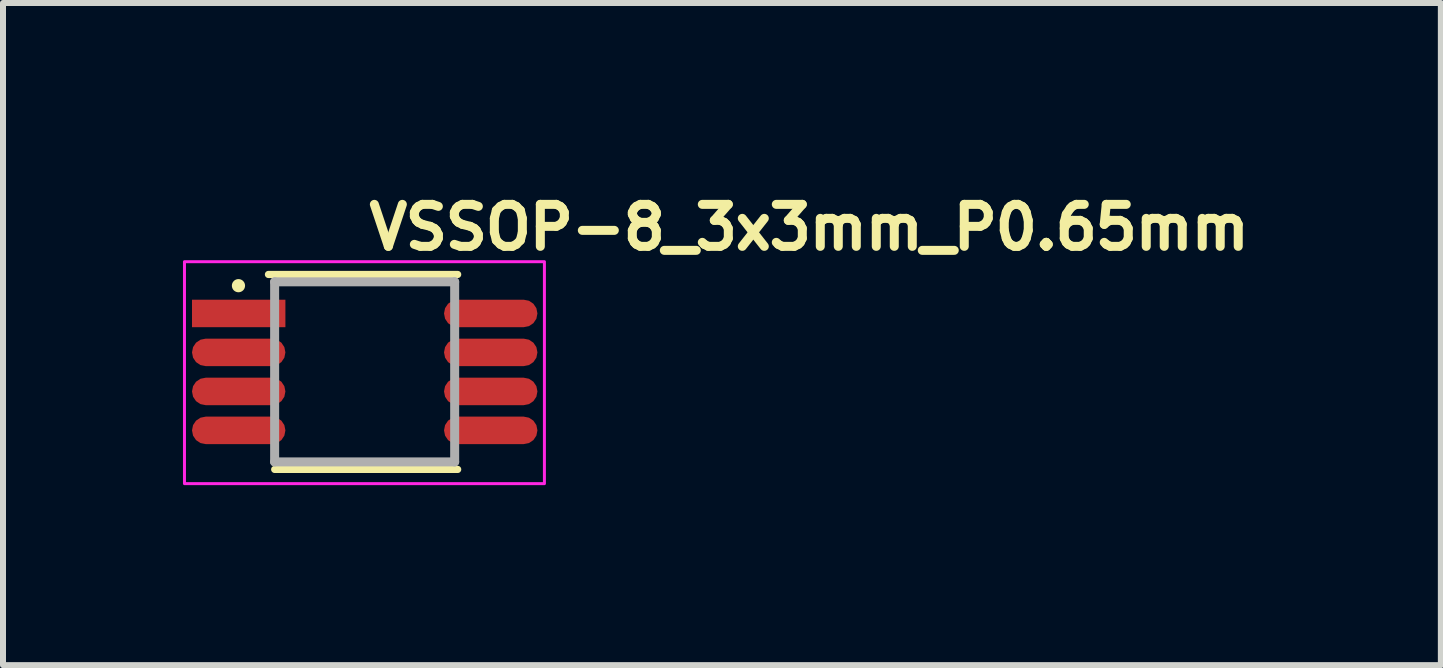
<source format=kicad_pcb>
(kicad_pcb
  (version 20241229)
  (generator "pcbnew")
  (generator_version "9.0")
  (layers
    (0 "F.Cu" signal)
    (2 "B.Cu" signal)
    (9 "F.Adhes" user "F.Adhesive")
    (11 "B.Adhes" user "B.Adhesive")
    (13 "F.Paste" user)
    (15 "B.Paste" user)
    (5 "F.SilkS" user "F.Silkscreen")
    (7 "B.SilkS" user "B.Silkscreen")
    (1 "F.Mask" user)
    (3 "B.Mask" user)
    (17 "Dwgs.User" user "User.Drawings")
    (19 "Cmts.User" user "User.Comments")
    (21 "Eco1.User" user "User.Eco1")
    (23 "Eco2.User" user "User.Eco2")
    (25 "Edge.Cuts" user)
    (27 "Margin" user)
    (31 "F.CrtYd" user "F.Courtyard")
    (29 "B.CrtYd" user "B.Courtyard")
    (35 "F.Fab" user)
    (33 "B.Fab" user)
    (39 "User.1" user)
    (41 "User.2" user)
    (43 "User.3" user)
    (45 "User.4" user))
  (footprint "VSSOP-8_3x3mm_P0.65mm"
    (layer "F.Cu")
    (at 3.025 3.15)
    (property "Reference" "VSSOP-8_3x3mm_P0.65mm" (at 0 -2 0) (layer "F.SilkS") (effects (font (size 0.7 0.7) (thickness 0.15)) (justify left bottom)))
    (attr smd)
    (fp_line (start -1.6 -1.625) (end 1.554 -1.625) (stroke (width 0.12) (type solid)) (layer "F.SilkS"))
    (fp_line (start -1.496 1.625) (end 1.554 1.625) (stroke (width 0.12) (type solid)) (layer "F.SilkS"))
    (fp_circle (center -2.1 -1.438) (end -2.05 -1.438) (stroke (width 0.12) (type solid)) (fill yes) (layer "F.SilkS"))
    (fp_rect (start -3 -1.838) (end 3 1.862) (stroke (width 0.05) (type solid)) (fill no) (layer "F.CrtYd"))
    (fp_line (start -1.497 -1.502) (end 1.504 -1.502) (stroke (width 0.15) (type solid)) (layer "F.Fab"))
    (fp_line (start -1.497 1.5) (end -1.497 -1.502) (stroke (width 0.15) (type solid)) (layer "F.Fab"))
    (fp_line (start 1.504 -1.502) (end 1.504 1.5) (stroke (width 0.15) (type solid)) (layer "F.Fab"))
    (fp_line (start 1.504 1.5) (end -1.497 1.5) (stroke (width 0.15) (type solid)) (layer "F.Fab"))
    (fp_rect (start -2.448 -1.5) (end 2.455 1.497) (stroke (width 0.1) (type solid)) (fill no) (layer "User.5"))
    (fp_line (start -2.448 -1.128) (end -2.448 -0.824) (stroke (width 0.02) (type solid)) (layer "User.9"))
    (fp_line (start -2.448 -0.479) (end -2.448 -0.173) (stroke (width 0.02) (type solid)) (layer "User.9"))
    (fp_line (start -2.448 0.171) (end -2.448 0.476) (stroke (width 0.02) (type solid)) (layer "User.9"))
    (fp_line (start -2.448 0.821) (end -2.448 1.126) (stroke (width 0.02) (type solid)) (layer "User.9"))
    (fp_line (start -2.216 -1.128) (end -2.448 -1.128) (stroke (width 0.02) (type solid)) (layer "User.9"))
    (fp_line (start -2.216 -1.128) (end -2.088 -1.128) (stroke (width 0.02) (type solid)) (layer "User.9"))
    (fp_line (start -2.216 -0.824) (end -2.448 -0.824) (stroke (width 0.02) (type solid)) (layer "User.9"))
    (fp_line (start -2.216 -0.824) (end -2.088 -0.824) (stroke (width 0.02) (type solid)) (layer "User.9"))
    (fp_line (start -2.216 -0.479) (end -2.448 -0.479) (stroke (width 0.02) (type solid)) (layer "User.9"))
    (fp_line (start -2.216 -0.479) (end -2.088 -0.479) (stroke (width 0.02) (type solid)) (layer "User.9"))
    (fp_line (start -2.216 -0.173) (end -2.448 -0.173) (stroke (width 0.02) (type solid)) (layer "User.9"))
    (fp_line (start -2.216 -0.173) (end -2.088 -0.173) (stroke (width 0.02) (type solid)) (layer "User.9"))
    (fp_line (start -2.216 0.171) (end -2.448 0.171) (stroke (width 0.02) (type solid)) (layer "User.9"))
    (fp_line (start -2.216 0.171) (end -2.088 0.171) (stroke (width 0.02) (type solid)) (layer "User.9"))
    (fp_line (start -2.216 0.476) (end -2.448 0.476) (stroke (width 0.02) (type solid)) (layer "User.9"))
    (fp_line (start -2.216 0.476) (end -2.088 0.476) (stroke (width 0.02) (type solid)) (layer "User.9"))
    (fp_line (start -2.216 0.821) (end -2.448 0.821) (stroke (width 0.02) (type solid)) (layer "User.9"))
    (fp_line (start -2.216 0.821) (end -2.088 0.821) (stroke (width 0.02) (type solid)) (layer "User.9"))
    (fp_line (start -2.216 1.126) (end -2.448 1.126) (stroke (width 0.02) (type solid)) (layer "User.9"))
    (fp_line (start -2.216 1.126) (end -2.088 1.126) (stroke (width 0.02) (type solid)) (layer "User.9"))
    (fp_line (start -2.088 -1.128) (end -2.084 -1.128) (stroke (width 0.02) (type solid)) (layer "User.9"))
    (fp_line (start -2.088 -0.479) (end -2.084 -0.479) (stroke (width 0.02) (type solid)) (layer "User.9"))
    (fp_line (start -2.088 0.171) (end -2.084 0.171) (stroke (width 0.02) (type solid)) (layer "User.9"))
    (fp_line (start -2.088 0.821) (end -2.084 0.821) (stroke (width 0.02) (type solid)) (layer "User.9"))
    (fp_line (start -2.084 -1.128) (end -1.781 -1.128) (stroke (width 0.02) (type solid)) (layer "User.9"))
    (fp_line (start -2.084 -0.824) (end -2.088 -0.824) (stroke (width 0.02) (type solid)) (layer "User.9"))
    (fp_line (start -2.084 -0.824) (end -1.781 -0.824) (stroke (width 0.02) (type solid)) (layer "User.9"))
    (fp_line (start -2.084 -0.479) (end -1.781 -0.479) (stroke (width 0.02) (type solid)) (layer "User.9"))
    (fp_line (start -2.084 -0.173) (end -2.088 -0.173) (stroke (width 0.02) (type solid)) (layer "User.9"))
    (fp_line (start -2.084 -0.173) (end -1.781 -0.173) (stroke (width 0.02) (type solid)) (layer "User.9"))
    (fp_line (start -2.084 0.171) (end -1.781 0.171) (stroke (width 0.02) (type solid)) (layer "User.9"))
    (fp_line (start -2.084 0.476) (end -2.088 0.476) (stroke (width 0.02) (type solid)) (layer "User.9"))
    (fp_line (start -2.084 0.476) (end -1.781 0.476) (stroke (width 0.02) (type solid)) (layer "User.9"))
    (fp_line (start -2.084 0.821) (end -1.781 0.821) (stroke (width 0.02) (type solid)) (layer "User.9"))
    (fp_line (start -2.084 1.126) (end -2.088 1.126) (stroke (width 0.02) (type solid)) (layer "User.9"))
    (fp_line (start -2.084 1.126) (end -1.781 1.126) (stroke (width 0.02) (type solid)) (layer "User.9"))
    (fp_line (start -1.495 -1.472) (end -1.495 -1.401) (stroke (width 0.02) (type solid)) (layer "User.9"))
    (fp_line (start -1.495 -1.472) (end -1.494 -1.474) (stroke (width 0.02) (type solid)) (layer "User.9"))
    (fp_line (start -1.495 -1.401) (end -1.495 1.399) (stroke (width 0.02) (type solid)) (layer "User.9"))
    (fp_line (start -1.495 -1.128) (end -1.781 -1.128) (stroke (width 0.02) (type solid)) (layer "User.9"))
    (fp_line (start -1.495 -0.824) (end -1.781 -0.824) (stroke (width 0.02) (type solid)) (layer "User.9"))
    (fp_line (start -1.495 -0.479) (end -1.781 -0.479) (stroke (width 0.02) (type solid)) (layer "User.9"))
    (fp_line (start -1.495 -0.173) (end -1.781 -0.173) (stroke (width 0.02) (type solid)) (layer "User.9"))
    (fp_line (start -1.495 0.171) (end -1.781 0.171) (stroke (width 0.02) (type solid)) (layer "User.9"))
    (fp_line (start -1.495 0.476) (end -1.781 0.476) (stroke (width 0.02) (type solid)) (layer "User.9"))
    (fp_line (start -1.495 0.821) (end -1.781 0.821) (stroke (width 0.02) (type solid)) (layer "User.9"))
    (fp_line (start -1.495 1.126) (end -1.781 1.126) (stroke (width 0.02) (type solid)) (layer "User.9"))
    (fp_line (start -1.495 1.399) (end -1.495 1.471) (stroke (width 0.02) (type solid)) (layer "User.9"))
    (fp_line (start -1.494 -1.474) (end -1.492 -1.476) (stroke (width 0.02) (type solid)) (layer "User.9"))
    (fp_line (start -1.494 1.472) (end -1.495 1.471) (stroke (width 0.02) (type solid)) (layer "User.9"))
    (fp_line (start -1.492 -1.476) (end -1.491 -1.478) (stroke (width 0.02) (type solid)) (layer "User.9"))
    (fp_line (start -1.492 1.475) (end -1.494 1.472) (stroke (width 0.02) (type solid)) (layer "User.9"))
    (fp_line (start -1.491 -1.478) (end -1.489 -1.48) (stroke (width 0.02) (type solid)) (layer "User.9"))
    (fp_line (start -1.491 1.476) (end -1.492 1.475) (stroke (width 0.02) (type solid)) (layer "User.9"))
    (fp_line (start -1.489 -1.48) (end -1.488 -1.481) (stroke (width 0.02) (type solid)) (layer "User.9"))
    (fp_line (start -1.489 1.479) (end -1.491 1.476) (stroke (width 0.02) (type solid)) (layer "User.9"))
    (fp_line (start -1.488 -1.481) (end -1.486 -1.483) (stroke (width 0.02) (type solid)) (layer "User.9"))
    (fp_line (start -1.488 1.48) (end -1.489 1.479) (stroke (width 0.02) (type solid)) (layer "User.9"))
    (fp_line (start -1.486 -1.483) (end -1.485 -1.485) (stroke (width 0.02) (type solid)) (layer "User.9"))
    (fp_line (start -1.486 1.481) (end -1.488 1.48) (stroke (width 0.02) (type solid)) (layer "User.9"))
    (fp_line (start -1.485 -1.485) (end -1.483 -1.487) (stroke (width 0.02) (type solid)) (layer "User.9"))
    (fp_line (start -1.485 1.484) (end -1.486 1.481) (stroke (width 0.02) (type solid)) (layer "User.9"))
    (fp_line (start -1.483 -1.487) (end -1.481 -1.489) (stroke (width 0.02) (type solid)) (layer "User.9"))
    (fp_line (start -1.483 1.485) (end -1.485 1.484) (stroke (width 0.02) (type solid)) (layer "User.9"))
    (fp_line (start -1.481 -1.489) (end -1.479 -1.491) (stroke (width 0.02) (type solid)) (layer "User.9"))
    (fp_line (start -1.481 1.487) (end -1.483 1.485) (stroke (width 0.02) (type solid)) (layer "User.9"))
    (fp_line (start -1.479 -1.491) (end -1.478 -1.493) (stroke (width 0.02) (type solid)) (layer "User.9"))
    (fp_line (start -1.479 1.488) (end -1.481 1.487) (stroke (width 0.02) (type solid)) (layer "User.9"))
    (fp_line (start -1.478 -1.493) (end -1.476 -1.494) (stroke (width 0.02) (type solid)) (layer "User.9"))
    (fp_line (start -1.478 1.491) (end -1.479 1.488) (stroke (width 0.02) (type solid)) (layer "User.9"))
    (fp_line (start -1.476 -1.494) (end -1.474 -1.496) (stroke (width 0.02) (type solid)) (layer "User.9"))
    (fp_line (start -1.476 1.492) (end -1.478 1.491) (stroke (width 0.02) (type solid)) (layer "User.9"))
    (fp_line (start -1.474 -1.496) (end -1.472 -1.497) (stroke (width 0.02) (type solid)) (layer "User.9"))
    (fp_line (start -1.474 1.493) (end -1.476 1.492) (stroke (width 0.02) (type solid)) (layer "User.9"))
    (fp_line (start -1.472 -1.497) (end -1.47 -1.499) (stroke (width 0.02) (type solid)) (layer "User.9"))
    (fp_line (start -1.472 1.495) (end -1.474 1.493) (stroke (width 0.02) (type solid)) (layer "User.9"))
    (fp_line (start -1.47 -1.499) (end -1.468 -1.5) (stroke (width 0.02) (type solid)) (layer "User.9"))
    (fp_line (start -1.47 1.496) (end -1.472 1.495) (stroke (width 0.02) (type solid)) (layer "User.9"))
    (fp_line (start -1.468 1.497) (end -1.47 1.496) (stroke (width 0.02) (type solid)) (layer "User.9"))
    (fp_line (start -1.468 1.497) (end -1.396 1.497) (stroke (width 0.02) (type solid)) (layer "User.9"))
    (fp_line (start -1.426 -1.337) (end -1.426 -1.332) (stroke (width 0.02) (type solid)) (layer "User.9"))
    (fp_line (start -1.426 1.331) (end -1.426 1.335) (stroke (width 0.02) (type solid)) (layer "User.9"))
    (fp_line (start -1.426 1.335) (end -1.425 1.34) (stroke (width 0.02) (type solid)) (layer "User.9"))
    (fp_line (start -1.425 -1.342) (end -1.426 -1.337) (stroke (width 0.02) (type solid)) (layer "User.9"))
    (fp_line (start -1.425 1.34) (end -1.424 1.346) (stroke (width 0.02) (type solid)) (layer "User.9"))
    (fp_line (start -1.424 -1.347) (end -1.425 -1.342) (stroke (width 0.02) (type solid)) (layer "User.9"))
    (fp_line (start -1.424 1.346) (end -1.423 1.351) (stroke (width 0.02) (type solid)) (layer "User.9"))
    (fp_line (start -1.423 -1.352) (end -1.424 -1.347) (stroke (width 0.02) (type solid)) (layer "User.9"))
    (fp_line (start -1.423 1.351) (end -1.422 1.355) (stroke (width 0.02) (type solid)) (layer "User.9"))
    (fp_line (start -1.422 -1.356) (end -1.423 -1.352) (stroke (width 0.02) (type solid)) (layer "User.9"))
    (fp_line (start -1.422 1.355) (end -1.421 1.359) (stroke (width 0.02) (type solid)) (layer "User.9"))
    (fp_line (start -1.421 -1.362) (end -1.422 -1.356) (stroke (width 0.02) (type solid)) (layer "User.9"))
    (fp_line (start -1.421 1.359) (end -1.419 1.364) (stroke (width 0.02) (type solid)) (layer "User.9"))
    (fp_line (start -1.419 -1.367) (end -1.421 -1.362) (stroke (width 0.02) (type solid)) (layer "User.9"))
    (fp_line (start -1.419 1.364) (end -1.417 1.368) (stroke (width 0.02) (type solid)) (layer "User.9"))
    (fp_line (start -1.417 -1.371) (end -1.419 -1.367) (stroke (width 0.02) (type solid)) (layer "User.9"))
    (fp_line (start -1.417 1.368) (end -1.415 1.372) (stroke (width 0.02) (type solid)) (layer "User.9"))
    (fp_line (start -1.415 -1.375) (end -1.417 -1.371) (stroke (width 0.02) (type solid)) (layer "User.9"))
    (fp_line (start -1.415 1.372) (end -1.413 1.376) (stroke (width 0.02) (type solid)) (layer "User.9"))
    (fp_line (start -1.413 -1.379) (end -1.415 -1.375) (stroke (width 0.02) (type solid)) (layer "User.9"))
    (fp_line (start -1.413 1.376) (end -1.411 1.38) (stroke (width 0.02) (type solid)) (layer "User.9"))
    (fp_line (start -1.411 -1.383) (end -1.413 -1.379) (stroke (width 0.02) (type solid)) (layer "User.9"))
    (fp_line (start -1.411 1.38) (end -1.408 1.384) (stroke (width 0.02) (type solid)) (layer "User.9"))
    (fp_line (start -1.408 -1.387) (end -1.411 -1.383) (stroke (width 0.02) (type solid)) (layer "User.9"))
    (fp_line (start -1.408 1.384) (end -1.405 1.388) (stroke (width 0.02) (type solid)) (layer "User.9"))
    (fp_line (start -1.405 -1.391) (end -1.408 -1.387) (stroke (width 0.02) (type solid)) (layer "User.9"))
    (fp_line (start -1.405 1.388) (end -1.402 1.392) (stroke (width 0.02) (type solid)) (layer "User.9"))
    (fp_line (start -1.402 -1.394) (end -1.405 -1.391) (stroke (width 0.02) (type solid)) (layer "User.9"))
    (fp_line (start -1.402 1.392) (end -1.399 1.395) (stroke (width 0.02) (type solid)) (layer "User.9"))
    (fp_line (start -1.399 -1.397) (end -1.402 -1.394) (stroke (width 0.02) (type solid)) (layer "User.9"))
    (fp_line (start -1.399 1.395) (end -1.396 1.399) (stroke (width 0.02) (type solid)) (layer "User.9"))
    (fp_line (start -1.396 -1.5) (end -1.468 -1.5) (stroke (width 0.02) (type solid)) (layer "User.9"))
    (fp_line (start -1.396 -1.401) (end -1.399 -1.397) (stroke (width 0.02) (type solid)) (layer "User.9"))
    (fp_line (start -1.396 1.399) (end -1.393 1.403) (stroke (width 0.02) (type solid)) (layer "User.9"))
    (fp_line (start -1.396 1.497) (end 1.403 1.497) (stroke (width 0.02) (type solid)) (layer "User.9"))
    (fp_line (start -1.393 -1.404) (end -1.396 -1.401) (stroke (width 0.02) (type solid)) (layer "User.9"))
    (fp_line (start -1.393 1.403) (end -1.39 1.406) (stroke (width 0.02) (type solid)) (layer "User.9"))
    (fp_line (start -1.39 -1.407) (end -1.393 -1.404) (stroke (width 0.02) (type solid)) (layer "User.9"))
    (fp_line (start -1.39 1.406) (end -1.386 1.408) (stroke (width 0.02) (type solid)) (layer "User.9"))
    (fp_line (start -1.386 -1.41) (end -1.39 -1.407) (stroke (width 0.02) (type solid)) (layer "User.9"))
    (fp_line (start -1.386 1.408) (end -1.383 1.411) (stroke (width 0.02) (type solid)) (layer "User.9"))
    (fp_line (start -1.383 -1.413) (end -1.386 -1.41) (stroke (width 0.02) (type solid)) (layer "User.9"))
    (fp_line (start -1.383 1.411) (end -1.379 1.415) (stroke (width 0.02) (type solid)) (layer "User.9"))
    (fp_line (start -1.379 -1.416) (end -1.383 -1.413) (stroke (width 0.02) (type solid)) (layer "User.9"))
    (fp_line (start -1.379 1.415) (end -1.375 1.416) (stroke (width 0.02) (type solid)) (layer "User.9"))
    (fp_line (start -1.375 -1.418) (end -1.379 -1.416) (stroke (width 0.02) (type solid)) (layer "User.9"))
    (fp_line (start -1.375 1.416) (end -1.37 1.419) (stroke (width 0.02) (type solid)) (layer "User.9"))
    (fp_line (start -1.37 -1.42) (end -1.375 -1.418) (stroke (width 0.02) (type solid)) (layer "User.9"))
    (fp_line (start -1.37 1.419) (end -1.366 1.42) (stroke (width 0.02) (type solid)) (layer "User.9"))
    (fp_line (start -1.366 -1.422) (end -1.37 -1.42) (stroke (width 0.02) (type solid)) (layer "User.9"))
    (fp_line (start -1.366 1.42) (end -1.362 1.423) (stroke (width 0.02) (type solid)) (layer "User.9"))
    (fp_line (start -1.362 -1.425) (end -1.366 -1.422) (stroke (width 0.02) (type solid)) (layer "User.9"))
    (fp_line (start -1.362 1.423) (end -1.357 1.424) (stroke (width 0.02) (type solid)) (layer "User.9"))
    (fp_line (start -1.357 -1.427) (end -1.362 -1.425) (stroke (width 0.02) (type solid)) (layer "User.9"))
    (fp_line (start -1.357 1.424) (end -1.353 1.426) (stroke (width 0.02) (type solid)) (layer "User.9"))
    (fp_line (start -1.353 -1.428) (end -1.357 -1.427) (stroke (width 0.02) (type solid)) (layer "User.9"))
    (fp_line (start -1.353 1.426) (end -1.348 1.427) (stroke (width 0.02) (type solid)) (layer "User.9"))
    (fp_line (start -1.348 -1.429) (end -1.353 -1.428) (stroke (width 0.02) (type solid)) (layer "User.9"))
    (fp_line (start -1.348 1.427) (end -1.343 1.427) (stroke (width 0.02) (type solid)) (layer "User.9"))
    (fp_line (start -1.343 -1.43) (end -1.348 -1.429) (stroke (width 0.02) (type solid)) (layer "User.9"))
    (fp_line (start -1.343 1.427) (end -1.338 1.428) (stroke (width 0.02) (type solid)) (layer "User.9"))
    (fp_line (start -1.338 -1.431) (end -1.343 -1.43) (stroke (width 0.02) (type solid)) (layer "User.9"))
    (fp_line (start -1.338 1.428) (end -1.333 1.428) (stroke (width 0.02) (type solid)) (layer "User.9"))
    (fp_line (start -1.333 -1.431) (end -1.338 -1.431) (stroke (width 0.02) (type solid)) (layer "User.9"))
    (fp_line (start -1.333 1.428) (end -1.327 1.43) (stroke (width 0.02) (type solid)) (layer "User.9"))
    (fp_line (start -1.327 -1.432) (end -1.333 -1.431) (stroke (width 0.02) (type solid)) (layer "User.9"))
    (fp_line (start 1.335 1.43) (end 1.341 1.428) (stroke (width 0.02) (type solid)) (layer "User.9"))
    (fp_line (start 1.341 -1.431) (end 1.335 -1.432) (stroke (width 0.02) (type solid)) (layer "User.9"))
    (fp_line (start 1.341 1.428) (end 1.346 1.428) (stroke (width 0.02) (type solid)) (layer "User.9"))
    (fp_line (start 1.346 -1.431) (end 1.341 -1.431) (stroke (width 0.02) (type solid)) (layer "User.9"))
    (fp_line (start 1.346 1.428) (end 1.35 1.427) (stroke (width 0.02) (type solid)) (layer "User.9"))
    (fp_line (start 1.35 -1.43) (end 1.346 -1.431) (stroke (width 0.02) (type solid)) (layer "User.9"))
    (fp_line (start 1.35 1.427) (end 1.355 1.427) (stroke (width 0.02) (type solid)) (layer "User.9"))
    (fp_line (start 1.355 -1.429) (end 1.35 -1.43) (stroke (width 0.02) (type solid)) (layer "User.9"))
    (fp_line (start 1.355 1.427) (end 1.359 1.426) (stroke (width 0.02) (type solid)) (layer "User.9"))
    (fp_line (start 1.359 -1.428) (end 1.355 -1.429) (stroke (width 0.02) (type solid)) (layer "User.9"))
    (fp_line (start 1.359 1.426) (end 1.364 1.424) (stroke (width 0.02) (type solid)) (layer "User.9"))
    (fp_line (start 1.364 -1.427) (end 1.359 -1.428) (stroke (width 0.02) (type solid)) (layer "User.9"))
    (fp_line (start 1.364 1.424) (end 1.368 1.423) (stroke (width 0.02) (type solid)) (layer "User.9"))
    (fp_line (start 1.368 -1.425) (end 1.364 -1.427) (stroke (width 0.02) (type solid)) (layer "User.9"))
    (fp_line (start 1.368 1.423) (end 1.374 1.42) (stroke (width 0.02) (type solid)) (layer "User.9"))
    (fp_line (start 1.374 -1.422) (end 1.368 -1.425) (stroke (width 0.02) (type solid)) (layer "User.9"))
    (fp_line (start 1.374 1.42) (end 1.378 1.419) (stroke (width 0.02) (type solid)) (layer "User.9"))
    (fp_line (start 1.378 -1.42) (end 1.374 -1.422) (stroke (width 0.02) (type solid)) (layer "User.9"))
    (fp_line (start 1.378 1.419) (end 1.382 1.416) (stroke (width 0.02) (type solid)) (layer "User.9"))
    (fp_line (start 1.382 -1.418) (end 1.378 -1.42) (stroke (width 0.02) (type solid)) (layer "User.9"))
    (fp_line (start 1.382 1.416) (end 1.386 1.415) (stroke (width 0.02) (type solid)) (layer "User.9"))
    (fp_line (start 1.386 -1.416) (end 1.382 -1.418) (stroke (width 0.02) (type solid)) (layer "User.9"))
    (fp_line (start 1.386 1.415) (end 1.39 1.411) (stroke (width 0.02) (type solid)) (layer "User.9"))
    (fp_line (start 1.39 -1.413) (end 1.386 -1.416) (stroke (width 0.02) (type solid)) (layer "User.9"))
    (fp_line (start 1.39 1.411) (end 1.394 1.408) (stroke (width 0.02) (type solid)) (layer "User.9"))
    (fp_line (start 1.394 -1.41) (end 1.39 -1.413) (stroke (width 0.02) (type solid)) (layer "User.9"))
    (fp_line (start 1.394 1.408) (end 1.398 1.406) (stroke (width 0.02) (type solid)) (layer "User.9"))
    (fp_line (start 1.398 -1.407) (end 1.394 -1.41) (stroke (width 0.02) (type solid)) (layer "User.9"))
    (fp_line (start 1.398 1.406) (end 1.4 1.403) (stroke (width 0.02) (type solid)) (layer "User.9"))
    (fp_line (start 1.4 -1.404) (end 1.398 -1.407) (stroke (width 0.02) (type solid)) (layer "User.9"))
    (fp_line (start 1.4 1.403) (end 1.404 1.399) (stroke (width 0.02) (type solid)) (layer "User.9"))
    (fp_line (start 1.403 -1.5) (end -1.396 -1.5) (stroke (width 0.02) (type solid)) (layer "User.9"))
    (fp_line (start 1.403 1.497) (end 1.475 1.497) (stroke (width 0.02) (type solid)) (layer "User.9"))
    (fp_line (start 1.404 -1.401) (end 1.4 -1.404) (stroke (width 0.02) (type solid)) (layer "User.9"))
    (fp_line (start 1.404 1.399) (end 1.407 1.395) (stroke (width 0.02) (type solid)) (layer "User.9"))
    (fp_line (start 1.407 -1.397) (end 1.404 -1.401) (stroke (width 0.02) (type solid)) (layer "User.9"))
    (fp_line (start 1.407 1.395) (end 1.411 1.392) (stroke (width 0.02) (type solid)) (layer "User.9"))
    (fp_line (start 1.411 -1.394) (end 1.407 -1.397) (stroke (width 0.02) (type solid)) (layer "User.9"))
    (fp_line (start 1.411 1.392) (end 1.414 1.388) (stroke (width 0.02) (type solid)) (layer "User.9"))
    (fp_line (start 1.414 -1.391) (end 1.411 -1.394) (stroke (width 0.02) (type solid)) (layer "User.9"))
    (fp_line (start 1.414 1.388) (end 1.416 1.384) (stroke (width 0.02) (type solid)) (layer "User.9"))
    (fp_line (start 1.416 -1.387) (end 1.414 -1.391) (stroke (width 0.02) (type solid)) (layer "User.9"))
    (fp_line (start 1.416 1.384) (end 1.419 1.38) (stroke (width 0.02) (type solid)) (layer "User.9"))
    (fp_line (start 1.419 -1.383) (end 1.416 -1.387) (stroke (width 0.02) (type solid)) (layer "User.9"))
    (fp_line (start 1.419 1.38) (end 1.422 1.376) (stroke (width 0.02) (type solid)) (layer "User.9"))
    (fp_line (start 1.422 -1.379) (end 1.419 -1.383) (stroke (width 0.02) (type solid)) (layer "User.9"))
    (fp_line (start 1.422 1.376) (end 1.423 1.372) (stroke (width 0.02) (type solid)) (layer "User.9"))
    (fp_line (start 1.423 -1.375) (end 1.422 -1.379) (stroke (width 0.02) (type solid)) (layer "User.9"))
    (fp_line (start 1.423 1.372) (end 1.426 1.368) (stroke (width 0.02) (type solid)) (layer "User.9"))
    (fp_line (start 1.426 -1.371) (end 1.423 -1.375) (stroke (width 0.02) (type solid)) (layer "User.9"))
    (fp_line (start 1.426 1.368) (end 1.427 1.364) (stroke (width 0.02) (type solid)) (layer "User.9"))
    (fp_line (start 1.427 -1.367) (end 1.426 -1.371) (stroke (width 0.02) (type solid)) (layer "User.9"))
    (fp_line (start 1.427 1.364) (end 1.43 1.359) (stroke (width 0.02) (type solid)) (layer "User.9"))
    (fp_line (start 1.43 -1.362) (end 1.427 -1.367) (stroke (width 0.02) (type solid)) (layer "User.9"))
    (fp_line (start 1.43 1.359) (end 1.431 1.355) (stroke (width 0.02) (type solid)) (layer "User.9"))
    (fp_line (start 1.431 -1.356) (end 1.43 -1.362) (stroke (width 0.02) (type solid)) (layer "User.9"))
    (fp_line (start 1.431 -1.352) (end 1.431 -1.356) (stroke (width 0.02) (type solid)) (layer "User.9"))
    (fp_line (start 1.431 1.351) (end 1.432 1.346) (stroke (width 0.02) (type solid)) (layer "User.9"))
    (fp_line (start 1.431 1.355) (end 1.431 1.351) (stroke (width 0.02) (type solid)) (layer "User.9"))
    (fp_line (start 1.432 -1.347) (end 1.431 -1.352) (stroke (width 0.02) (type solid)) (layer "User.9"))
    (fp_line (start 1.432 1.346) (end 1.434 1.34) (stroke (width 0.02) (type solid)) (layer "User.9"))
    (fp_line (start 1.434 -1.342) (end 1.432 -1.347) (stroke (width 0.02) (type solid)) (layer "User.9"))
    (fp_line (start 1.434 -1.337) (end 1.434 -1.342) (stroke (width 0.02) (type solid)) (layer "User.9"))
    (fp_line (start 1.434 1.335) (end 1.435 1.331) (stroke (width 0.02) (type solid)) (layer "User.9"))
    (fp_line (start 1.434 1.34) (end 1.434 1.335) (stroke (width 0.02) (type solid)) (layer "User.9"))
    (fp_line (start 1.435 -1.332) (end 1.434 -1.337) (stroke (width 0.02) (type solid)) (layer "User.9"))
    (fp_line (start 1.475 -1.5) (end 1.403 -1.5) (stroke (width 0.02) (type solid)) (layer "User.9"))
    (fp_line (start 1.475 -1.5) (end 1.478 -1.499) (stroke (width 0.02) (type solid)) (layer "User.9"))
    (fp_line (start 1.478 -1.499) (end 1.479 -1.497) (stroke (width 0.02) (type solid)) (layer "User.9"))
    (fp_line (start 1.478 1.496) (end 1.475 1.497) (stroke (width 0.02) (type solid)) (layer "User.9"))
    (fp_line (start 1.479 -1.497) (end 1.482 -1.496) (stroke (width 0.02) (type solid)) (layer "User.9"))
    (fp_line (start 1.479 1.495) (end 1.478 1.496) (stroke (width 0.02) (type solid)) (layer "User.9"))
    (fp_line (start 1.482 -1.496) (end 1.483 -1.494) (stroke (width 0.02) (type solid)) (layer "User.9"))
    (fp_line (start 1.482 1.493) (end 1.479 1.495) (stroke (width 0.02) (type solid)) (layer "User.9"))
    (fp_line (start 1.483 -1.494) (end 1.484 -1.493) (stroke (width 0.02) (type solid)) (layer "User.9"))
    (fp_line (start 1.483 1.492) (end 1.482 1.493) (stroke (width 0.02) (type solid)) (layer "User.9"))
    (fp_line (start 1.484 -1.493) (end 1.487 -1.491) (stroke (width 0.02) (type solid)) (layer "User.9"))
    (fp_line (start 1.484 1.491) (end 1.483 1.492) (stroke (width 0.02) (type solid)) (layer "User.9"))
    (fp_line (start 1.487 -1.491) (end 1.488 -1.489) (stroke (width 0.02) (type solid)) (layer "User.9"))
    (fp_line (start 1.487 1.488) (end 1.484 1.491) (stroke (width 0.02) (type solid)) (layer "User.9"))
    (fp_line (start 1.488 -1.489) (end 1.491 -1.487) (stroke (width 0.02) (type solid)) (layer "User.9"))
    (fp_line (start 1.488 1.487) (end 1.487 1.488) (stroke (width 0.02) (type solid)) (layer "User.9"))
    (fp_line (start 1.491 -1.487) (end 1.492 -1.485) (stroke (width 0.02) (type solid)) (layer "User.9"))
    (fp_line (start 1.491 1.485) (end 1.488 1.487) (stroke (width 0.02) (type solid)) (layer "User.9"))
    (fp_line (start 1.492 -1.485) (end 1.493 -1.483) (stroke (width 0.02) (type solid)) (layer "User.9"))
    (fp_line (start 1.492 1.484) (end 1.491 1.485) (stroke (width 0.02) (type solid)) (layer "User.9"))
    (fp_line (start 1.493 -1.483) (end 1.496 -1.481) (stroke (width 0.02) (type solid)) (layer "User.9"))
    (fp_line (start 1.493 1.481) (end 1.492 1.484) (stroke (width 0.02) (type solid)) (layer "User.9"))
    (fp_line (start 1.496 -1.481) (end 1.496 -1.48) (stroke (width 0.02) (type solid)) (layer "User.9"))
    (fp_line (start 1.496 -1.48) (end 1.499 -1.478) (stroke (width 0.02) (type solid)) (layer "User.9"))
    (fp_line (start 1.496 1.479) (end 1.496 1.48) (stroke (width 0.02) (type solid)) (layer "User.9"))
    (fp_line (start 1.496 1.48) (end 1.493 1.481) (stroke (width 0.02) (type solid)) (layer "User.9"))
    (fp_line (start 1.499 -1.478) (end 1.5 -1.476) (stroke (width 0.02) (type solid)) (layer "User.9"))
    (fp_line (start 1.499 1.476) (end 1.496 1.479) (stroke (width 0.02) (type solid)) (layer "User.9"))
    (fp_line (start 1.5 -1.476) (end 1.501 -1.474) (stroke (width 0.02) (type solid)) (layer "User.9"))
    (fp_line (start 1.5 1.475) (end 1.499 1.476) (stroke (width 0.02) (type solid)) (layer "User.9"))
    (fp_line (start 1.501 -1.474) (end 1.503 -1.472) (stroke (width 0.02) (type solid)) (layer "User.9"))
    (fp_line (start 1.501 1.472) (end 1.5 1.475) (stroke (width 0.02) (type solid)) (layer "User.9"))
    (fp_line (start 1.503 -1.401) (end 1.503 -1.472) (stroke (width 0.02) (type solid)) (layer "User.9"))
    (fp_line (start 1.503 -1.128) (end 1.789 -1.128) (stroke (width 0.02) (type solid)) (layer "User.9"))
    (fp_line (start 1.503 -0.824) (end 1.789 -0.824) (stroke (width 0.02) (type solid)) (layer "User.9"))
    (fp_line (start 1.503 -0.479) (end 1.789 -0.479) (stroke (width 0.02) (type solid)) (layer "User.9"))
    (fp_line (start 1.503 -0.173) (end 1.789 -0.173) (stroke (width 0.02) (type solid)) (layer "User.9"))
    (fp_line (start 1.503 0.171) (end 1.789 0.171) (stroke (width 0.02) (type solid)) (layer "User.9"))
    (fp_line (start 1.503 0.476) (end 1.789 0.476) (stroke (width 0.02) (type solid)) (layer "User.9"))
    (fp_line (start 1.503 0.821) (end 1.789 0.821) (stroke (width 0.02) (type solid)) (layer "User.9"))
    (fp_line (start 1.503 1.126) (end 1.789 1.126) (stroke (width 0.02) (type solid)) (layer "User.9"))
    (fp_line (start 1.503 1.399) (end 1.503 -1.401) (stroke (width 0.02) (type solid)) (layer "User.9"))
    (fp_line (start 1.503 1.471) (end 1.501 1.472) (stroke (width 0.02) (type solid)) (layer "User.9"))
    (fp_line (start 1.503 1.471) (end 1.503 1.399) (stroke (width 0.02) (type solid)) (layer "User.9"))
    (fp_line (start 2.092 -1.128) (end 1.789 -1.128) (stroke (width 0.02) (type solid)) (layer "User.9"))
    (fp_line (start 2.092 -1.128) (end 2.097 -1.128) (stroke (width 0.02) (type solid)) (layer "User.9"))
    (fp_line (start 2.092 -0.824) (end 1.789 -0.824) (stroke (width 0.02) (type solid)) (layer "User.9"))
    (fp_line (start 2.092 -0.479) (end 1.789 -0.479) (stroke (width 0.02) (type solid)) (layer "User.9"))
    (fp_line (start 2.092 -0.479) (end 2.097 -0.479) (stroke (width 0.02) (type solid)) (layer "User.9"))
    (fp_line (start 2.092 -0.173) (end 1.789 -0.173) (stroke (width 0.02) (type solid)) (layer "User.9"))
    (fp_line (start 2.092 0.171) (end 1.789 0.171) (stroke (width 0.02) (type solid)) (layer "User.9"))
    (fp_line (start 2.092 0.171) (end 2.097 0.171) (stroke (width 0.02) (type solid)) (layer "User.9"))
    (fp_line (start 2.092 0.476) (end 1.789 0.476) (stroke (width 0.02) (type solid)) (layer "User.9"))
    (fp_line (start 2.092 0.821) (end 1.789 0.821) (stroke (width 0.02) (type solid)) (layer "User.9"))
    (fp_line (start 2.092 0.821) (end 2.097 0.821) (stroke (width 0.02) (type solid)) (layer "User.9"))
    (fp_line (start 2.092 1.126) (end 1.789 1.126) (stroke (width 0.02) (type solid)) (layer "User.9"))
    (fp_line (start 2.097 -0.824) (end 2.092 -0.824) (stroke (width 0.02) (type solid)) (layer "User.9"))
    (fp_line (start 2.097 -0.173) (end 2.092 -0.173) (stroke (width 0.02) (type solid)) (layer "User.9"))
    (fp_line (start 2.097 0.476) (end 2.092 0.476) (stroke (width 0.02) (type solid)) (layer "User.9"))
    (fp_line (start 2.097 1.126) (end 2.092 1.126) (stroke (width 0.02) (type solid)) (layer "User.9"))
    (fp_line (start 2.224 -1.128) (end 2.097 -1.128) (stroke (width 0.02) (type solid)) (layer "User.9"))
    (fp_line (start 2.224 -1.128) (end 2.455 -1.128) (stroke (width 0.02) (type solid)) (layer "User.9"))
    (fp_line (start 2.224 -0.824) (end 2.097 -0.824) (stroke (width 0.02) (type solid)) (layer "User.9"))
    (fp_line (start 2.224 -0.824) (end 2.455 -0.824) (stroke (width 0.02) (type solid)) (layer "User.9"))
    (fp_line (start 2.224 -0.479) (end 2.097 -0.479) (stroke (width 0.02) (type solid)) (layer "User.9"))
    (fp_line (start 2.224 -0.479) (end 2.455 -0.479) (stroke (width 0.02) (type solid)) (layer "User.9"))
    (fp_line (start 2.224 -0.173) (end 2.097 -0.173) (stroke (width 0.02) (type solid)) (layer "User.9"))
    (fp_line (start 2.224 -0.173) (end 2.455 -0.173) (stroke (width 0.02) (type solid)) (layer "User.9"))
    (fp_line (start 2.224 0.171) (end 2.097 0.171) (stroke (width 0.02) (type solid)) (layer "User.9"))
    (fp_line (start 2.224 0.171) (end 2.455 0.171) (stroke (width 0.02) (type solid)) (layer "User.9"))
    (fp_line (start 2.224 0.476) (end 2.097 0.476) (stroke (width 0.02) (type solid)) (layer "User.9"))
    (fp_line (start 2.224 0.476) (end 2.455 0.476) (stroke (width 0.02) (type solid)) (layer "User.9"))
    (fp_line (start 2.224 0.821) (end 2.097 0.821) (stroke (width 0.02) (type solid)) (layer "User.9"))
    (fp_line (start 2.224 0.821) (end 2.455 0.821) (stroke (width 0.02) (type solid)) (layer "User.9"))
    (fp_line (start 2.224 1.126) (end 2.097 1.126) (stroke (width 0.02) (type solid)) (layer "User.9"))
    (fp_line (start 2.224 1.126) (end 2.455 1.126) (stroke (width 0.02) (type solid)) (layer "User.9"))
    (fp_line (start 2.455 -0.824) (end 2.455 -1.128) (stroke (width 0.02) (type solid)) (layer "User.9"))
    (fp_line (start 2.455 -0.173) (end 2.455 -0.479) (stroke (width 0.02) (type solid)) (layer "User.9"))
    (fp_line (start 2.455 0.476) (end 2.455 0.171) (stroke (width 0.02) (type solid)) (layer "User.9"))
    (fp_line (start 2.455 1.126) (end 2.455 0.821) (stroke (width 0.02) (type solid)) (layer "User.9"))
    (pad "1" smd rect (at -2.096 -0.975) (size 1.557 0.458) (layers "F.Cu" "F.Mask" "F.Paste"))
    (pad "2" smd roundrect (at -2.096 -0.326) (size 1.557 0.458) (layers "F.Cu" "F.Mask" "F.Paste") (roundrect_rratio 0.5))
    (pad "3" smd roundrect (at -2.096 0.325) (size 1.557 0.458) (layers "F.Cu" "F.Mask" "F.Paste") (roundrect_rratio 0.5))
    (pad "4" smd roundrect (at -2.096 0.974) (size 1.557 0.458) (layers "F.Cu" "F.Mask" "F.Paste") (roundrect_rratio 0.5))
    (pad "5" smd roundrect (at 2.105 0.974) (size 1.557 0.458) (layers "F.Cu" "F.Mask" "F.Paste") (roundrect_rratio 0.5))
    (pad "6" smd roundrect (at 2.105 0.325) (size 1.557 0.458) (layers "F.Cu" "F.Mask" "F.Paste") (roundrect_rratio 0.5))
    (pad "7" smd roundrect (at 2.105 -0.326) (size 1.557 0.458) (layers "F.Cu" "F.Mask" "F.Paste") (roundrect_rratio 0.5))
    (pad "8" smd roundrect (at 2.105 -0.975) (size 1.557 0.458) (layers "F.Cu" "F.Mask" "F.Paste") (roundrect_rratio 0.5)))
  (gr_rect
    (start -3 -3)
    (end 20.968 8.037)
    (stroke (width 0.1) (type default))
    (fill no)
    (layer "Edge.Cuts")))
</source>
